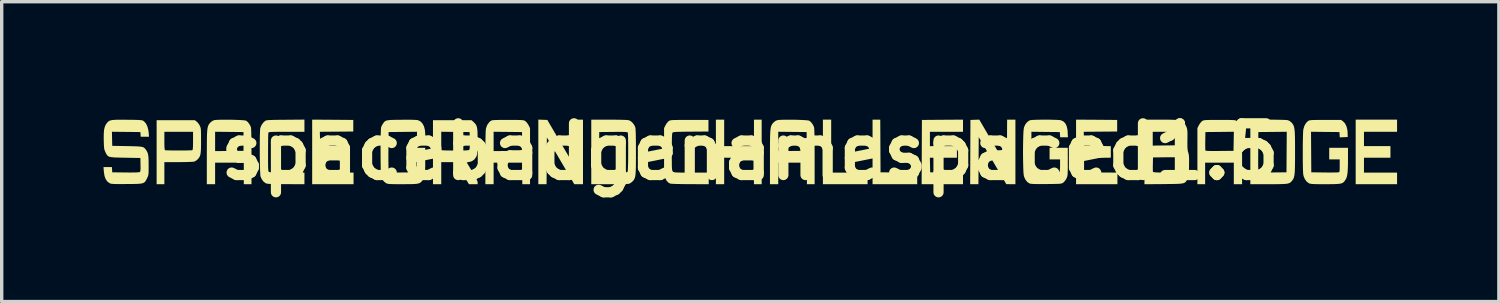
<source format=kicad_pcb>
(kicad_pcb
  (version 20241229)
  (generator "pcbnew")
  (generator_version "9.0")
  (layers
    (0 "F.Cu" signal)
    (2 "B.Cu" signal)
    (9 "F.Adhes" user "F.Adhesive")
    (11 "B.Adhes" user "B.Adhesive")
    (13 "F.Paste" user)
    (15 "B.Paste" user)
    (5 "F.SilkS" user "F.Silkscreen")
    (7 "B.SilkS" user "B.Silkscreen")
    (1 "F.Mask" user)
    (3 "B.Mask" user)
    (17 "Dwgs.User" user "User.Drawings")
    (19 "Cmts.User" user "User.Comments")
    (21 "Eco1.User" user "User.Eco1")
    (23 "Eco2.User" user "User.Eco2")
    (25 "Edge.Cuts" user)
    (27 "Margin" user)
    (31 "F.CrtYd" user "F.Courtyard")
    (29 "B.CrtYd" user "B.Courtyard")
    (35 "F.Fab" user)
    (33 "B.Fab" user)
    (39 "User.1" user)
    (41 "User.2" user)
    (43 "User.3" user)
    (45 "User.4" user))
  (footprint "spacebadgenamespaced1.5"
    (layer "F.Cu")
    (at 19.051 1.418)
    (property "Reference" "spacebadgenamespaced1.5" (at 0 0 0) (layer "F.SilkS") (effects (font (size 1.524 1.524) (thickness 0.3))))
    (attr board_only exclude_from_pos_files exclude_from_bom)
    (fp_poly (pts (xy 2.389 0.618) (xy 3.461 0.618) (xy 3.461 0.959) (xy 2.145 0.959) (xy 2.145 -0.943) (xy 2.389 -0.943)) (stroke (width 0) (type solid)) (fill yes) (layer "F.SilkS"))
    (fp_poly (pts (xy 3.839 -0.167) (xy 3.843 0.609) (xy 4.384 0.614) (xy 4.924 0.618) (xy 4.924 0.959) (xy 3.608 0.959) (xy 3.608 -0.943) (xy 3.835 -0.943)) (stroke (width 0) (type solid)) (fill yes) (layer "F.SilkS"))
    (fp_poly (pts (xy 19.062 -0.585) (xy 18.087 -0.585) (xy 18.087 -0.163) (xy 18.867 -0.163) (xy 18.867 0.179) (xy 18.087 0.179) (xy 18.087 0.618) (xy 19.062 0.618) (xy 19.062 0.959) (xy 17.843 0.959) (xy 17.843 -0.943) (xy 19.062 -0.943)) (stroke (width 0) (type solid)) (fill yes) (layer "F.SilkS"))
    (fp_poly (pts (xy -0.764 -0.163) (xy 0.114 -0.163) (xy 0.114 -0.943) (xy 0.341 -0.943) (xy 0.341 0.959) (xy 0.114 0.959) (xy 0.11 0.573) (xy 0.106 0.187) (xy -0.764 0.178) (xy -0.764 0.959) (xy -1.008 0.959) (xy -1.008 -0.943) (xy -0.764 -0.943)) (stroke (width 0) (type solid)) (fill yes) (layer "F.SilkS"))
    (fp_poly (pts (xy 7.158 -0.25) (xy 7.565 0.444) (xy 7.573 -0.943) (xy 7.817 -0.943) (xy 7.817 0.959) (xy 7.548 0.958) (xy 7.142 0.264) (xy 6.736 -0.429) (xy 6.732 0.265) (xy 6.727 0.959) (xy 6.484 0.959) (xy 6.488 0.012) (xy 6.492 -0.934) (xy 6.622 -0.939) (xy 6.752 -0.943)) (stroke (width 0) (type solid)) (fill yes) (layer "F.SilkS"))
    (fp_poly (pts (xy -12.298 -0.939) (xy -11.692 -0.934) (xy -11.692 -0.593) (xy -12.185 -0.589) (xy -12.677 -0.585) (xy -12.672 -0.378) (xy -12.667 -0.171) (xy -11.879 -0.162) (xy -11.879 0.178) (xy -12.273 0.183) (xy -12.667 0.187) (xy -12.667 0.609) (xy -11.684 0.618) (xy -11.684 0.959) (xy -12.903 0.959) (xy -12.903 -0.943)) (stroke (width 0) (type solid)) (fill yes) (layer "F.SilkS"))
    (fp_poly (pts (xy 6.273 -0.585) (xy 5.298 -0.585) (xy 5.298 -0.163) (xy 6.094 -0.163) (xy 6.094 0.179) (xy 5.297 0.179) (xy 5.301 0.394) (xy 5.306 0.609) (xy 5.789 0.614) (xy 6.273 0.618) (xy 6.273 0.959) (xy 5.054 0.959) (xy 5.058 0.012) (xy 5.062 -0.934) (xy 5.667 -0.939) (xy 6.273 -0.943)) (stroke (width 0) (type solid)) (fill yes) (layer "F.SilkS"))
    (fp_poly (pts (xy 10.21 -0.939) (xy 10.815 -0.934) (xy 10.815 -0.593) (xy 10.323 -0.589) (xy 9.831 -0.585) (xy 9.835 -0.378) (xy 9.84 -0.171) (xy 10.628 -0.162) (xy 10.628 0.178) (xy 10.234 0.183) (xy 9.84 0.187) (xy 9.84 0.609) (xy 10.331 0.614) (xy 10.823 0.618) (xy 10.823 0.959) (xy 9.604 0.959) (xy 9.604 -0.943)) (stroke (width 0) (type solid)) (fill yes) (layer "F.SilkS"))
    (fp_poly (pts (xy -6.108 -0.939) (xy -5.975 -0.934) (xy -5.58 -0.261) (xy -5.5 -0.126) (xy -5.426 0.001) (xy -5.357 0.116) (xy -5.297 0.218) (xy -5.246 0.303) (xy -5.206 0.368) (xy -5.18 0.411) (xy -5.168 0.429) (xy -5.168 0.429) (xy -5.163 0.419) (xy -5.16 0.379) (xy -5.157 0.308) (xy -5.154 0.207) (xy -5.153 0.074) (xy -5.152 -0.091) (xy -5.152 -0.249) (xy -5.152 -0.943) (xy -4.924 -0.943) (xy -4.924 0.959) (xy -5.18 0.959) (xy -5.988 -0.418) (xy -5.997 0.959) (xy -6.24 0.959) (xy -6.24 -0.944)) (stroke (width 0) (type solid)) (fill yes) (layer "F.SilkS"))
    (fp_poly (pts (xy -7.002 -0.934) (xy -6.895 -0.934) (xy -6.813 -0.933) (xy -6.752 -0.931) (xy -6.707 -0.928) (xy -6.676 -0.924) (xy -6.654 -0.917) (xy -6.637 -0.909) (xy -6.621 -0.899) (xy -6.62 -0.898) (xy -6.583 -0.862) (xy -6.545 -0.81) (xy -6.526 -0.777) (xy -6.484 -0.692) (xy -6.484 0.959) (xy -6.712 0.959) (xy -6.712 0.325) (xy -7.557 0.325) (xy -7.557 0.959) (xy -7.8 0.959) (xy -7.8 0.18) (xy -7.8 -0.022) (xy -7.799 -0.2) (xy -7.797 -0.352) (xy -7.794 -0.478) (xy -7.791 -0.576) (xy -7.791 -0.586) (xy -7.557 -0.586) (xy -7.557 -0.016) (xy -6.72 -0.024) (xy -6.72 -0.577) (xy -7.557 -0.586) (xy -7.791 -0.586) (xy -7.787 -0.645) (xy -7.783 -0.681) (xy -7.747 -0.784) (xy -7.687 -0.867) (xy -7.649 -0.9) (xy -7.634 -0.91) (xy -7.618 -0.918) (xy -7.595 -0.924) (xy -7.562 -0.928) (xy -7.516 -0.931) (xy -7.453 -0.933) (xy -7.368 -0.934) (xy -7.258 -0.934) (xy -7.137 -0.934)) (stroke (width 0) (type solid)) (fill yes) (layer "F.SilkS"))
    (fp_poly (pts (xy -15.396 -0.941) (xy -15.284 -0.94) (xy -15.174 -0.937) (xy -15.072 -0.933) (xy -14.983 -0.929) (xy -14.912 -0.923) (xy -14.865 -0.916) (xy -14.85 -0.912) (xy -14.803 -0.875) (xy -14.757 -0.818) (xy -14.721 -0.752) (xy -14.707 -0.714) (xy -14.703 -0.685) (xy -14.7 -0.627) (xy -14.697 -0.541) (xy -14.695 -0.43) (xy -14.693 -0.298) (xy -14.692 -0.145) (xy -14.691 0.024) (xy -14.691 0.15) (xy -14.691 0.959) (xy -14.918 0.959) (xy -14.918 0.325) (xy -15.763 0.325) (xy -15.763 0.959) (xy -16.007 0.959) (xy -16.007 0.165) (xy -16.007 -0.029) (xy -16.006 -0.195) (xy -16.005 -0.333) (xy -16.003 -0.447) (xy -16 -0.541) (xy -15.997 -0.586) (xy -15.763 -0.586) (xy -15.763 -0.016) (xy -14.926 -0.024) (xy -14.926 -0.577) (xy -15.763 -0.586) (xy -15.997 -0.586) (xy -15.995 -0.616) (xy -15.988 -0.675) (xy -15.979 -0.722) (xy -15.968 -0.76) (xy -15.954 -0.79) (xy -15.938 -0.816) (xy -15.918 -0.841) (xy -15.907 -0.853) (xy -15.851 -0.901) (xy -15.793 -0.927) (xy -15.753 -0.933) (xy -15.688 -0.937) (xy -15.603 -0.94) (xy -15.504 -0.941)) (stroke (width 0) (type solid)) (fill yes) (layer "F.SilkS"))
    (fp_poly (pts (xy 1.197 -0.941) (xy 1.308 -0.94) (xy 1.418 -0.937) (xy 1.52 -0.933) (xy 1.609 -0.929) (xy 1.68 -0.923) (xy 1.727 -0.916) (xy 1.742 -0.912) (xy 1.789 -0.875) (xy 1.835 -0.818) (xy 1.872 -0.752) (xy 1.885 -0.714) (xy 1.889 -0.685) (xy 1.892 -0.627) (xy 1.895 -0.541) (xy 1.897 -0.43) (xy 1.899 -0.298) (xy 1.9 -0.145) (xy 1.901 0.024) (xy 1.901 0.15) (xy 1.901 0.959) (xy 1.674 0.959) (xy 1.674 0.325) (xy 0.829 0.325) (xy 0.829 0.959) (xy 0.585 0.959) (xy 0.585 0.165) (xy 0.585 -0.029) (xy 0.586 -0.195) (xy 0.587 -0.333) (xy 0.589 -0.447) (xy 0.592 -0.541) (xy 0.595 -0.586) (xy 0.829 -0.586) (xy 0.829 -0.016) (xy 1.666 -0.024) (xy 1.666 -0.577) (xy 0.829 -0.586) (xy 0.595 -0.586) (xy 0.597 -0.616) (xy 0.604 -0.675) (xy 0.613 -0.722) (xy 0.624 -0.76) (xy 0.638 -0.79) (xy 0.654 -0.816) (xy 0.674 -0.841) (xy 0.685 -0.853) (xy 0.741 -0.901) (xy 0.799 -0.927) (xy 0.839 -0.933) (xy 0.904 -0.937) (xy 0.989 -0.94) (xy 1.088 -0.941)) (stroke (width 0) (type solid)) (fill yes) (layer "F.SilkS"))
    (fp_poly (pts (xy 13.968 -0.934) (xy 14.075 -0.934) (xy 14.157 -0.933) (xy 14.218 -0.931) (xy 14.262 -0.928) (xy 14.293 -0.923) (xy 14.315 -0.917) (xy 14.331 -0.909) (xy 14.344 -0.9) (xy 14.415 -0.828) (xy 14.463 -0.735) (xy 14.478 -0.681) (xy 14.483 -0.643) (xy 14.487 -0.574) (xy 14.49 -0.475) (xy 14.492 -0.348) (xy 14.494 -0.194) (xy 14.495 -0.016) (xy 14.496 0.18) (xy 14.496 0.959) (xy 14.252 0.959) (xy 14.252 0.325) (xy 13.407 0.325) (xy 13.407 0.959) (xy 13.179 0.959) (xy 13.179 -0.228) (xy 13.41 -0.228) (xy 13.41 -0.149) (xy 13.411 -0.087) (xy 13.413 -0.047) (xy 13.414 -0.037) (xy 13.423 -0.03) (xy 13.446 -0.025) (xy 13.486 -0.022) (xy 13.547 -0.02) (xy 13.631 -0.019) (xy 13.743 -0.019) (xy 13.833 -0.02) (xy 14.244 -0.024) (xy 14.248 -0.305) (xy 14.253 -0.586) (xy 13.834 -0.581) (xy 13.415 -0.577) (xy 13.411 -0.318) (xy 13.41 -0.228) (xy 13.179 -0.228) (xy 13.179 -0.692) (xy 13.221 -0.777) (xy 13.254 -0.831) (xy 13.293 -0.878) (xy 13.315 -0.898) (xy 13.331 -0.908) (xy 13.347 -0.917) (xy 13.369 -0.923) (xy 13.399 -0.928) (xy 13.442 -0.931) (xy 13.501 -0.933) (xy 13.581 -0.934) (xy 13.685 -0.934) (xy 13.818 -0.934) (xy 13.832 -0.934)) (stroke (width 0) (type solid)) (fill yes) (layer "F.SilkS"))
    (fp_poly (pts (xy -16.307 -0.886) (xy -16.268 -0.847) (xy -16.23 -0.794) (xy -16.216 -0.768) (xy -16.204 -0.742) (xy -16.194 -0.716) (xy -16.187 -0.686) (xy -16.183 -0.647) (xy -16.18 -0.594) (xy -16.178 -0.522) (xy -16.178 -0.427) (xy -16.178 -0.325) (xy -16.178 -0.191) (xy -16.18 -0.086) (xy -16.185 -0.003) (xy -16.192 0.06) (xy -16.203 0.11) (xy -16.219 0.149) (xy -16.241 0.184) (xy -16.268 0.218) (xy -16.27 0.22) (xy -16.315 0.259) (xy -16.366 0.288) (xy -16.378 0.292) (xy -16.411 0.297) (xy -16.471 0.301) (xy -16.554 0.304) (xy -16.654 0.307) (xy -16.766 0.308) (xy -16.848 0.309) (xy -17.258 0.309) (xy -17.258 0.959) (xy -17.486 0.959) (xy -17.486 -0.318) (xy -17.258 -0.318) (xy -17.258 -0.211) (xy -17.255 -0.134) (xy -17.251 -0.082) (xy -17.245 -0.053) (xy -17.238 -0.043) (xy -17.215 -0.04) (xy -17.165 -0.038) (xy -17.094 -0.036) (xy -17.008 -0.035) (xy -16.912 -0.034) (xy -16.811 -0.034) (xy -16.712 -0.034) (xy -16.621 -0.035) (xy -16.542 -0.037) (xy -16.482 -0.039) (xy -16.446 -0.041) (xy -16.439 -0.042) (xy -16.429 -0.05) (xy -16.422 -0.068) (xy -16.418 -0.1) (xy -16.415 -0.152) (xy -16.414 -0.227) (xy -16.413 -0.319) (xy -16.413 -0.585) (xy -17.258 -0.585) (xy -17.258 -0.318) (xy -17.486 -0.318) (xy -17.486 -0.926) (xy -16.359 -0.926)) (stroke (width 0) (type solid)) (fill yes) (layer "F.SilkS"))
    (fp_poly (pts (xy -8.143 -0.868) (xy -8.108 -0.834) (xy -8.081 -0.799) (xy -8.061 -0.759) (xy -8.046 -0.709) (xy -8.037 -0.645) (xy -8.031 -0.562) (xy -8.03 -0.457) (xy -8.03 -0.325) (xy -8.031 -0.281) (xy -8.033 -0.161) (xy -8.035 -0.068) (xy -8.038 0.001) (xy -8.041 0.052) (xy -8.047 0.089) (xy -8.054 0.117) (xy -8.064 0.141) (xy -8.072 0.157) (xy -8.127 0.233) (xy -8.2 0.282) (xy -8.275 0.304) (xy -8.35 0.317) (xy -8.189 0.585) (xy -8.125 0.694) (xy -8.078 0.779) (xy -8.047 0.842) (xy -8.031 0.886) (xy -8.028 0.906) (xy -8.028 0.959) (xy -8.285 0.959) (xy -8.666 0.309) (xy -9.1 0.309) (xy -9.1 0.959) (xy -9.344 0.959) (xy -9.344 -0.586) (xy -9.1 -0.586) (xy -9.1 -0.32) (xy -9.1 -0.23) (xy -9.098 -0.152) (xy -9.095 -0.091) (xy -9.092 -0.053) (xy -9.09 -0.043) (xy -9.071 -0.04) (xy -9.024 -0.038) (xy -8.955 -0.035) (xy -8.866 -0.034) (xy -8.763 -0.033) (xy -8.685 -0.033) (xy -8.557 -0.033) (xy -8.457 -0.034) (xy -8.383 -0.036) (xy -8.331 -0.04) (xy -8.298 -0.044) (xy -8.279 -0.051) (xy -8.273 -0.055) (xy -8.265 -0.081) (xy -8.26 -0.135) (xy -8.258 -0.219) (xy -8.259 -0.327) (xy -8.264 -0.577) (xy -9.1 -0.586) (xy -9.344 -0.586) (xy -9.344 -0.926) (xy -8.207 -0.926)) (stroke (width 0) (type solid)) (fill yes) (layer "F.SilkS"))
    (fp_poly (pts (xy 15.264 -0.942) (xy 15.406 -0.942) (xy 15.535 -0.94) (xy 15.647 -0.938) (xy 15.738 -0.935) (xy 15.805 -0.931) (xy 15.843 -0.927) (xy 15.847 -0.926) (xy 15.897 -0.902) (xy 15.946 -0.864) (xy 15.956 -0.853) (xy 15.98 -0.825) (xy 15.999 -0.796) (xy 16.015 -0.763) (xy 16.028 -0.724) (xy 16.037 -0.675) (xy 16.045 -0.612) (xy 16.05 -0.533) (xy 16.053 -0.434) (xy 16.055 -0.312) (xy 16.056 -0.163) (xy 16.056 0.008) (xy 16.056 0.184) (xy 16.055 0.331) (xy 16.053 0.452) (xy 16.05 0.55) (xy 16.045 0.629) (xy 16.038 0.691) (xy 16.028 0.74) (xy 16.016 0.779) (xy 16.001 0.811) (xy 15.982 0.839) (xy 15.963 0.863) (xy 15.941 0.888) (xy 15.919 0.908) (xy 15.893 0.924) (xy 15.861 0.936) (xy 15.818 0.945) (xy 15.76 0.951) (xy 15.685 0.955) (xy 15.589 0.957) (xy 15.469 0.959) (xy 15.32 0.959) (xy 15.276 0.959) (xy 14.739 0.959) (xy 14.739 0.299) (xy 14.97 0.299) (xy 14.97 0.402) (xy 14.972 0.481) (xy 14.974 0.538) (xy 14.978 0.576) (xy 14.983 0.598) (xy 14.987 0.604) (xy 15.008 0.608) (xy 15.058 0.61) (xy 15.13 0.613) (xy 15.221 0.614) (xy 15.325 0.614) (xy 15.406 0.613) (xy 15.804 0.609) (xy 15.808 0.012) (xy 15.812 -0.586) (xy 15.394 -0.581) (xy 14.975 -0.577) (xy 14.971 0.007) (xy 14.97 0.168) (xy 14.97 0.299) (xy 14.739 0.299) (xy 14.739 -0.943)) (stroke (width 0) (type solid)) (fill yes) (layer "F.SilkS"))
    (fp_poly (pts (xy -1.227 -0.593) (xy -1.747 -0.589) (xy -1.892 -0.588) (xy -2.008 -0.586) (xy -2.098 -0.584) (xy -2.166 -0.582) (xy -2.215 -0.579) (xy -2.248 -0.575) (xy -2.27 -0.57) (xy -2.282 -0.563) (xy -2.287 -0.557) (xy -2.293 -0.541) (xy -2.298 -0.507) (xy -2.302 -0.454) (xy -2.304 -0.378) (xy -2.306 -0.278) (xy -2.307 -0.15) (xy -2.308 0.007) (xy -2.308 0.011) (xy -2.308 0.158) (xy -2.307 0.276) (xy -2.306 0.369) (xy -2.305 0.439) (xy -2.302 0.491) (xy -2.299 0.527) (xy -2.294 0.552) (xy -2.288 0.568) (xy -2.28 0.579) (xy -2.275 0.585) (xy -2.265 0.594) (xy -2.251 0.601) (xy -2.231 0.607) (xy -2.201 0.611) (xy -2.158 0.614) (xy -2.097 0.616) (xy -2.015 0.617) (xy -1.909 0.617) (xy -1.775 0.618) (xy -1.731 0.618) (xy -1.219 0.618) (xy -1.219 0.959) (xy -1.767 0.958) (xy -1.912 0.957) (xy -2.042 0.955) (xy -2.154 0.953) (xy -2.245 0.95) (xy -2.311 0.946) (xy -2.349 0.942) (xy -2.356 0.941) (xy -2.411 0.91) (xy -2.456 0.861) (xy -2.497 0.788) (xy -2.497 0.788) (xy -2.535 0.707) (xy -2.535 0.007) (xy -2.535 -0.692) (xy -2.493 -0.777) (xy -2.46 -0.831) (xy -2.421 -0.878) (xy -2.4 -0.898) (xy -2.385 -0.908) (xy -2.37 -0.915) (xy -2.351 -0.922) (xy -2.323 -0.926) (xy -2.285 -0.93) (xy -2.232 -0.932) (xy -2.16 -0.933) (xy -2.067 -0.934) (xy -1.948 -0.934) (xy -1.801 -0.934) (xy -1.227 -0.934)) (stroke (width 0) (type solid)) (fill yes) (layer "F.SilkS"))
    (fp_poly (pts (xy -13.131 -0.585) (xy -13.657 -0.585) (xy -13.803 -0.585) (xy -13.92 -0.584) (xy -14.011 -0.583) (xy -14.079 -0.581) (xy -14.128 -0.579) (xy -14.161 -0.575) (xy -14.18 -0.57) (xy -14.19 -0.564) (xy -14.193 -0.559) (xy -14.196 -0.537) (xy -14.198 -0.487) (xy -14.2 -0.412) (xy -14.201 -0.316) (xy -14.202 -0.204) (xy -14.203 -0.079) (xy -14.203 0.025) (xy -14.203 0.175) (xy -14.203 0.295) (xy -14.202 0.39) (xy -14.201 0.461) (xy -14.198 0.514) (xy -14.195 0.551) (xy -14.191 0.574) (xy -14.185 0.589) (xy -14.178 0.597) (xy -14.172 0.601) (xy -14.146 0.606) (xy -14.089 0.61) (xy -14.004 0.613) (xy -13.892 0.616) (xy -13.755 0.617) (xy -13.635 0.618) (xy -13.131 0.618) (xy -13.131 0.959) (xy -13.671 0.958) (xy -13.825 0.957) (xy -13.95 0.956) (xy -14.05 0.955) (xy -14.126 0.952) (xy -14.184 0.949) (xy -14.225 0.944) (xy -14.254 0.938) (xy -14.268 0.933) (xy -14.328 0.892) (xy -14.381 0.825) (xy -14.423 0.737) (xy -14.424 0.736) (xy -14.429 0.705) (xy -14.433 0.646) (xy -14.437 0.563) (xy -14.441 0.461) (xy -14.443 0.343) (xy -14.445 0.215) (xy -14.447 0.081) (xy -14.447 -0.056) (xy -14.447 -0.19) (xy -14.446 -0.318) (xy -14.445 -0.434) (xy -14.442 -0.536) (xy -14.439 -0.617) (xy -14.435 -0.675) (xy -14.43 -0.701) (xy -14.394 -0.786) (xy -14.338 -0.862) (xy -14.295 -0.9) (xy -14.282 -0.91) (xy -14.266 -0.917) (xy -14.245 -0.923) (xy -14.215 -0.927) (xy -14.172 -0.931) (xy -14.113 -0.933) (xy -14.035 -0.935) (xy -13.934 -0.937) (xy -13.806 -0.938) (xy -13.69 -0.939) (xy -13.131 -0.944)) (stroke (width 0) (type solid)) (fill yes) (layer "F.SilkS"))
    (fp_poly (pts (xy 17.468 -0.895) (xy 17.528 -0.833) (xy 17.572 -0.746) (xy 17.598 -0.639) (xy 17.605 -0.557) (xy 17.608 -0.431) (xy 17.491 -0.426) (xy 17.374 -0.421) (xy 17.369 -0.499) (xy 17.364 -0.577) (xy 16.945 -0.581) (xy 16.527 -0.586) (xy 16.531 0.012) (xy 16.535 0.609) (xy 16.917 0.614) (xy 17.027 0.615) (xy 17.128 0.615) (xy 17.215 0.614) (xy 17.282 0.613) (xy 17.324 0.611) (xy 17.336 0.61) (xy 17.351 0.604) (xy 17.362 0.593) (xy 17.368 0.571) (xy 17.371 0.532) (xy 17.372 0.47) (xy 17.372 0.414) (xy 17.372 0.228) (xy 17.063 0.228) (xy 17.063 -0.114) (xy 17.616 -0.114) (xy 17.616 0.23) (xy 17.615 0.381) (xy 17.611 0.503) (xy 17.605 0.602) (xy 17.595 0.68) (xy 17.581 0.742) (xy 17.563 0.792) (xy 17.539 0.834) (xy 17.537 0.837) (xy 17.513 0.871) (xy 17.489 0.898) (xy 17.461 0.919) (xy 17.425 0.934) (xy 17.378 0.945) (xy 17.315 0.952) (xy 17.233 0.956) (xy 17.127 0.958) (xy 16.994 0.959) (xy 16.95 0.959) (xy 16.817 0.959) (xy 16.713 0.958) (xy 16.634 0.956) (xy 16.574 0.953) (xy 16.531 0.949) (xy 16.499 0.944) (xy 16.476 0.936) (xy 16.462 0.93) (xy 16.399 0.882) (xy 16.346 0.811) (xy 16.309 0.724) (xy 16.3 0.684) (xy 16.295 0.642) (xy 16.291 0.573) (xy 16.288 0.481) (xy 16.286 0.37) (xy 16.284 0.246) (xy 16.284 0.114) (xy 16.284 -0.021) (xy 16.284 -0.156) (xy 16.286 -0.284) (xy 16.288 -0.402) (xy 16.291 -0.504) (xy 16.294 -0.585) (xy 16.299 -0.641) (xy 16.301 -0.657) (xy 16.331 -0.759) (xy 16.379 -0.843) (xy 16.44 -0.903) (xy 16.456 -0.912) (xy 16.474 -0.919) (xy 16.5 -0.925) (xy 16.537 -0.929) (xy 16.589 -0.932) (xy 16.659 -0.933) (xy 16.752 -0.934) (xy 16.872 -0.934) (xy 16.95 -0.934) (xy 17.413 -0.934)) (stroke (width 0) (type solid)) (fill yes) (layer "F.SilkS"))
    (fp_poly (pts (xy -4.156 -0.942) (xy -4.012 -0.942) (xy -3.881 -0.94) (xy -3.769 -0.938) (xy -3.678 -0.935) (xy -3.612 -0.931) (xy -3.575 -0.926) (xy -3.572 -0.926) (xy -3.513 -0.896) (xy -3.456 -0.843) (xy -3.409 -0.777) (xy -3.383 -0.717) (xy -3.377 -0.684) (xy -3.373 -0.624) (xy -3.369 -0.537) (xy -3.367 -0.42) (xy -3.365 -0.274) (xy -3.364 -0.096) (xy -3.364 0.011) (xy -3.364 0.189) (xy -3.365 0.337) (xy -3.366 0.459) (xy -3.369 0.558) (xy -3.374 0.637) (xy -3.38 0.699) (xy -3.389 0.748) (xy -3.401 0.786) (xy -3.416 0.817) (xy -3.434 0.844) (xy -3.457 0.869) (xy -3.469 0.882) (xy -3.513 0.918) (xy -3.56 0.944) (xy -3.576 0.948) (xy -3.604 0.951) (xy -3.661 0.953) (xy -3.742 0.955) (xy -3.842 0.957) (xy -3.957 0.958) (xy -4.083 0.959) (xy -4.154 0.959) (xy -4.68 0.959) (xy -4.68 0.167) (xy -4.45 0.167) (xy -4.45 0.305) (xy -4.448 0.415) (xy -4.446 0.497) (xy -4.443 0.553) (xy -4.438 0.586) (xy -4.435 0.595) (xy -4.422 0.603) (xy -4.397 0.608) (xy -4.354 0.612) (xy -4.292 0.615) (xy -4.205 0.617) (xy -4.092 0.617) (xy -4.021 0.618) (xy -3.897 0.617) (xy -3.802 0.617) (xy -3.731 0.615) (xy -3.681 0.613) (xy -3.648 0.609) (xy -3.628 0.604) (xy -3.616 0.596) (xy -3.609 0.587) (xy -3.608 0.586) (xy -3.604 0.563) (xy -3.601 0.512) (xy -3.598 0.437) (xy -3.595 0.345) (xy -3.593 0.239) (xy -3.592 0.124) (xy -3.592 0.004) (xy -3.592 -0.115) (xy -3.592 -0.23) (xy -3.594 -0.335) (xy -3.595 -0.425) (xy -3.598 -0.497) (xy -3.601 -0.545) (xy -3.605 -0.565) (xy -3.617 -0.572) (xy -3.644 -0.576) (xy -3.69 -0.58) (xy -3.757 -0.582) (xy -3.85 -0.582) (xy -3.971 -0.582) (xy -4.031 -0.581) (xy -4.445 -0.577) (xy -4.449 -0.002) (xy -4.45 0.167) (xy -4.68 0.167) (xy -4.68 -0.943)) (stroke (width 0) (type solid)) (fill yes) (layer "F.SilkS"))
    (fp_poly (pts (xy 8.756 -0.942) (xy 8.865 -0.941) (xy 8.965 -0.938) (xy 9.05 -0.935) (xy 9.115 -0.931) (xy 9.154 -0.925) (xy 9.155 -0.925) (xy 9.232 -0.89) (xy 9.289 -0.831) (xy 9.329 -0.748) (xy 9.352 -0.639) (xy 9.357 -0.573) (xy 9.364 -0.423) (xy 9.135 -0.423) (xy 9.13 -0.5) (xy 9.125 -0.577) (xy 8.706 -0.581) (xy 8.288 -0.586) (xy 8.292 0.012) (xy 8.296 0.609) (xy 8.692 0.614) (xy 8.833 0.615) (xy 8.943 0.614) (xy 9.024 0.612) (xy 9.078 0.608) (xy 9.106 0.602) (xy 9.111 0.6) (xy 9.121 0.58) (xy 9.128 0.541) (xy 9.132 0.477) (xy 9.133 0.404) (xy 9.133 0.228) (xy 8.824 0.228) (xy 8.824 -0.114) (xy 9.36 -0.114) (xy 9.36 0.297) (xy 9.36 0.423) (xy 9.36 0.522) (xy 9.358 0.597) (xy 9.356 0.653) (xy 9.352 0.695) (xy 9.346 0.726) (xy 9.337 0.753) (xy 9.327 0.779) (xy 9.322 0.79) (xy 9.288 0.847) (xy 9.246 0.896) (xy 9.228 0.912) (xy 9.211 0.923) (xy 9.194 0.932) (xy 9.172 0.939) (xy 9.142 0.944) (xy 9.1 0.948) (xy 9.041 0.95) (xy 8.962 0.952) (xy 8.858 0.953) (xy 8.727 0.955) (xy 8.585 0.955) (xy 8.472 0.955) (xy 8.385 0.954) (xy 8.32 0.951) (xy 8.274 0.947) (xy 8.243 0.941) (xy 8.23 0.936) (xy 8.164 0.891) (xy 8.109 0.82) (xy 8.07 0.731) (xy 8.069 0.728) (xy 8.062 0.686) (xy 8.055 0.616) (xy 8.05 0.523) (xy 8.047 0.411) (xy 8.044 0.286) (xy 8.042 0.151) (xy 8.041 0.011) (xy 8.042 -0.129) (xy 8.044 -0.264) (xy 8.047 -0.39) (xy 8.05 -0.502) (xy 8.055 -0.597) (xy 8.062 -0.668) (xy 8.069 -0.711) (xy 8.069 -0.712) (xy 8.106 -0.798) (xy 8.159 -0.867) (xy 8.222 -0.914) (xy 8.253 -0.926) (xy 8.29 -0.931) (xy 8.353 -0.936) (xy 8.438 -0.939) (xy 8.537 -0.941) (xy 8.645 -0.942)) (stroke (width 0) (type solid)) (fill yes) (layer "F.SilkS"))
    (fp_poly (pts (xy -10.003 -0.94) (xy -9.903 -0.937) (xy -9.831 -0.933) (xy -9.788 -0.928) (xy -9.786 -0.927) (xy -9.713 -0.891) (xy -9.653 -0.829) (xy -9.608 -0.743) (xy -9.581 -0.638) (xy -9.572 -0.525) (xy -9.572 -0.423) (xy -9.815 -0.423) (xy -9.815 -0.586) (xy -10.652 -0.577) (xy -10.657 -0.002) (xy -10.658 0.166) (xy -10.657 0.303) (xy -10.656 0.412) (xy -10.654 0.493) (xy -10.651 0.55) (xy -10.647 0.584) (xy -10.642 0.596) (xy -10.631 0.603) (xy -10.607 0.608) (xy -10.568 0.612) (xy -10.51 0.614) (xy -10.43 0.615) (xy -10.323 0.615) (xy -10.224 0.614) (xy -9.824 0.609) (xy -9.819 0.418) (xy -9.814 0.228) (xy -10.108 0.228) (xy -10.108 -0.114) (xy -9.572 -0.114) (xy -9.572 0.265) (xy -9.572 0.41) (xy -9.575 0.526) (xy -9.581 0.618) (xy -9.589 0.691) (xy -9.602 0.748) (xy -9.619 0.794) (xy -9.642 0.833) (xy -9.665 0.863) (xy -9.689 0.89) (xy -9.714 0.912) (xy -9.744 0.928) (xy -9.782 0.94) (xy -9.832 0.949) (xy -9.9 0.954) (xy -9.987 0.957) (xy -10.099 0.958) (xy -10.24 0.959) (xy -10.242 0.959) (xy -10.373 0.959) (xy -10.475 0.958) (xy -10.554 0.956) (xy -10.612 0.954) (xy -10.654 0.95) (xy -10.685 0.944) (xy -10.708 0.937) (xy -10.726 0.929) (xy -10.791 0.877) (xy -10.844 0.803) (xy -10.872 0.733) (xy -10.876 0.702) (xy -10.879 0.643) (xy -10.882 0.56) (xy -10.884 0.458) (xy -10.886 0.34) (xy -10.887 0.211) (xy -10.888 0.076) (xy -10.888 -0.061) (xy -10.887 -0.195) (xy -10.886 -0.324) (xy -10.884 -0.441) (xy -10.882 -0.544) (xy -10.879 -0.626) (xy -10.876 -0.685) (xy -10.872 -0.716) (xy -10.851 -0.768) (xy -10.82 -0.821) (xy -10.816 -0.827) (xy -10.793 -0.858) (xy -10.771 -0.883) (xy -10.748 -0.901) (xy -10.718 -0.915) (xy -10.677 -0.924) (xy -10.622 -0.931) (xy -10.549 -0.935) (xy -10.452 -0.937) (xy -10.329 -0.939) (xy -10.276 -0.939) (xy -10.128 -0.94)) (stroke (width 0) (type solid)) (fill yes) (layer "F.SilkS"))
    (fp_poly (pts (xy 12.248 -0.942) (xy 12.368 -0.941) (xy 12.474 -0.938) (xy 12.563 -0.935) (xy 12.629 -0.932) (xy 12.668 -0.928) (xy 12.675 -0.927) (xy 12.749 -0.889) (xy 12.81 -0.822) (xy 12.856 -0.732) (xy 12.868 -0.697) (xy 12.877 -0.661) (xy 12.882 -0.619) (xy 12.886 -0.566) (xy 12.887 -0.495) (xy 12.886 -0.4) (xy 12.885 -0.349) (xy 12.884 -0.238) (xy 12.885 -0.153) (xy 12.888 -0.09) (xy 12.893 -0.041) (xy 12.901 -0.001) (xy 12.91 0.028) (xy 12.92 0.064) (xy 12.927 0.103) (xy 12.932 0.151) (xy 12.934 0.214) (xy 12.934 0.298) (xy 12.933 0.408) (xy 12.933 0.426) (xy 12.931 0.535) (xy 12.929 0.616) (xy 12.926 0.676) (xy 12.921 0.719) (xy 12.914 0.751) (xy 12.904 0.777) (xy 12.89 0.802) (xy 12.883 0.814) (xy 12.863 0.849) (xy 12.845 0.877) (xy 12.824 0.9) (xy 12.799 0.917) (xy 12.766 0.93) (xy 12.72 0.939) (xy 12.659 0.946) (xy 12.58 0.95) (xy 12.479 0.952) (xy 12.352 0.954) (xy 12.196 0.955) (xy 12.184 0.956) (xy 11.619 0.96) (xy 11.619 0.452) (xy 11.865 0.452) (xy 11.866 0.52) (xy 11.867 0.571) (xy 11.87 0.596) (xy 11.87 0.596) (xy 11.888 0.603) (xy 11.934 0.609) (xy 12.001 0.613) (xy 12.084 0.616) (xy 12.178 0.618) (xy 12.278 0.619) (xy 12.377 0.619) (xy 12.472 0.617) (xy 12.556 0.614) (xy 12.624 0.61) (xy 12.67 0.604) (xy 12.689 0.598) (xy 12.696 0.575) (xy 12.702 0.527) (xy 12.706 0.463) (xy 12.708 0.391) (xy 12.708 0.318) (xy 12.706 0.254) (xy 12.701 0.206) (xy 12.695 0.183) (xy 12.683 0.176) (xy 12.656 0.171) (xy 12.609 0.168) (xy 12.541 0.166) (xy 12.448 0.165) (xy 12.326 0.166) (xy 12.276 0.166) (xy 11.871 0.171) (xy 11.867 0.373) (xy 11.865 0.452) (xy 11.619 0.452) (xy 11.619 -0.178) (xy 11.863 -0.178) (xy 12.249 -0.183) (xy 12.635 -0.187) (xy 12.64 -0.386) (xy 12.644 -0.585) (xy 11.863 -0.585) (xy 11.863 -0.178) (xy 11.619 -0.178) (xy 11.619 -0.943) (xy 12.119 -0.943)) (stroke (width 0) (type solid)) (fill yes) (layer "F.SilkS"))
    (fp_poly (pts (xy -18.391 -0.94) (xy -18.347 -0.939) (xy -18.218 -0.938) (xy -18.117 -0.936) (xy -18.04 -0.934) (xy -17.983 -0.931) (xy -17.942 -0.927) (xy -17.914 -0.922) (xy -17.893 -0.915) (xy -17.875 -0.905) (xy -17.862 -0.895) (xy -17.806 -0.837) (xy -17.762 -0.752) (xy -17.732 -0.644) (xy -17.721 -0.565) (xy -17.71 -0.439) (xy -17.955 -0.439) (xy -17.965 -0.577) (xy -18.803 -0.586) (xy -18.799 -0.378) (xy -18.794 -0.171) (xy -18.355 -0.163) (xy -18.218 -0.16) (xy -18.109 -0.157) (xy -18.024 -0.153) (xy -17.96 -0.147) (xy -17.913 -0.14) (xy -17.878 -0.128) (xy -17.853 -0.113) (xy -17.832 -0.094) (xy -17.812 -0.069) (xy -17.805 -0.061) (xy -17.777 -0.018) (xy -17.755 0.026) (xy -17.74 0.076) (xy -17.73 0.139) (xy -17.724 0.221) (xy -17.722 0.325) (xy -17.722 0.406) (xy -17.722 0.509) (xy -17.723 0.585) (xy -17.725 0.641) (xy -17.73 0.682) (xy -17.738 0.714) (xy -17.749 0.745) (xy -17.766 0.779) (xy -17.77 0.787) (xy -17.793 0.833) (xy -17.814 0.869) (xy -17.837 0.897) (xy -17.865 0.917) (xy -17.903 0.932) (xy -17.954 0.942) (xy -18.023 0.948) (xy -18.112 0.952) (xy -18.227 0.953) (xy -18.36 0.954) (xy -18.503 0.955) (xy -18.616 0.955) (xy -18.703 0.954) (xy -18.768 0.951) (xy -18.815 0.947) (xy -18.845 0.941) (xy -18.859 0.936) (xy -18.932 0.887) (xy -18.986 0.814) (xy -19.022 0.715) (xy -19.041 0.589) (xy -19.042 0.581) (xy -19.051 0.455) (xy -18.804 0.455) (xy -18.799 0.532) (xy -18.794 0.609) (xy -18.398 0.614) (xy -18.259 0.615) (xy -18.151 0.614) (xy -18.071 0.612) (xy -18.017 0.608) (xy -17.986 0.603) (xy -17.979 0.599) (xy -17.969 0.583) (xy -17.963 0.552) (xy -17.96 0.501) (xy -17.96 0.425) (xy -17.961 0.384) (xy -17.965 0.187) (xy -18.413 0.179) (xy -18.554 0.176) (xy -18.667 0.173) (xy -18.754 0.169) (xy -18.821 0.162) (xy -18.871 0.152) (xy -18.907 0.138) (xy -18.933 0.118) (xy -18.954 0.091) (xy -18.974 0.057) (xy -18.992 0.021) (xy -19.009 -0.017) (xy -19.022 -0.051) (xy -19.031 -0.088) (xy -19.036 -0.135) (xy -19.04 -0.199) (xy -19.043 -0.285) (xy -19.044 -0.327) (xy -19.045 -0.462) (xy -19.041 -0.57) (xy -19.032 -0.656) (xy -19.015 -0.725) (xy -18.992 -0.782) (xy -18.96 -0.832) (xy -18.959 -0.833) (xy -18.934 -0.864) (xy -18.908 -0.889) (xy -18.878 -0.908) (xy -18.84 -0.922) (xy -18.79 -0.931) (xy -18.724 -0.937) (xy -18.638 -0.94) (xy -18.528 -0.941)) (stroke (width 0) (type solid)) (fill yes) (layer "F.SilkS")))
  (gr_rect
    (start -3 -3)
    (end 41.113 5.836)
    (stroke (width 0.1) (type default))
    (fill no)
    (layer "Edge.Cuts")))
</source>
